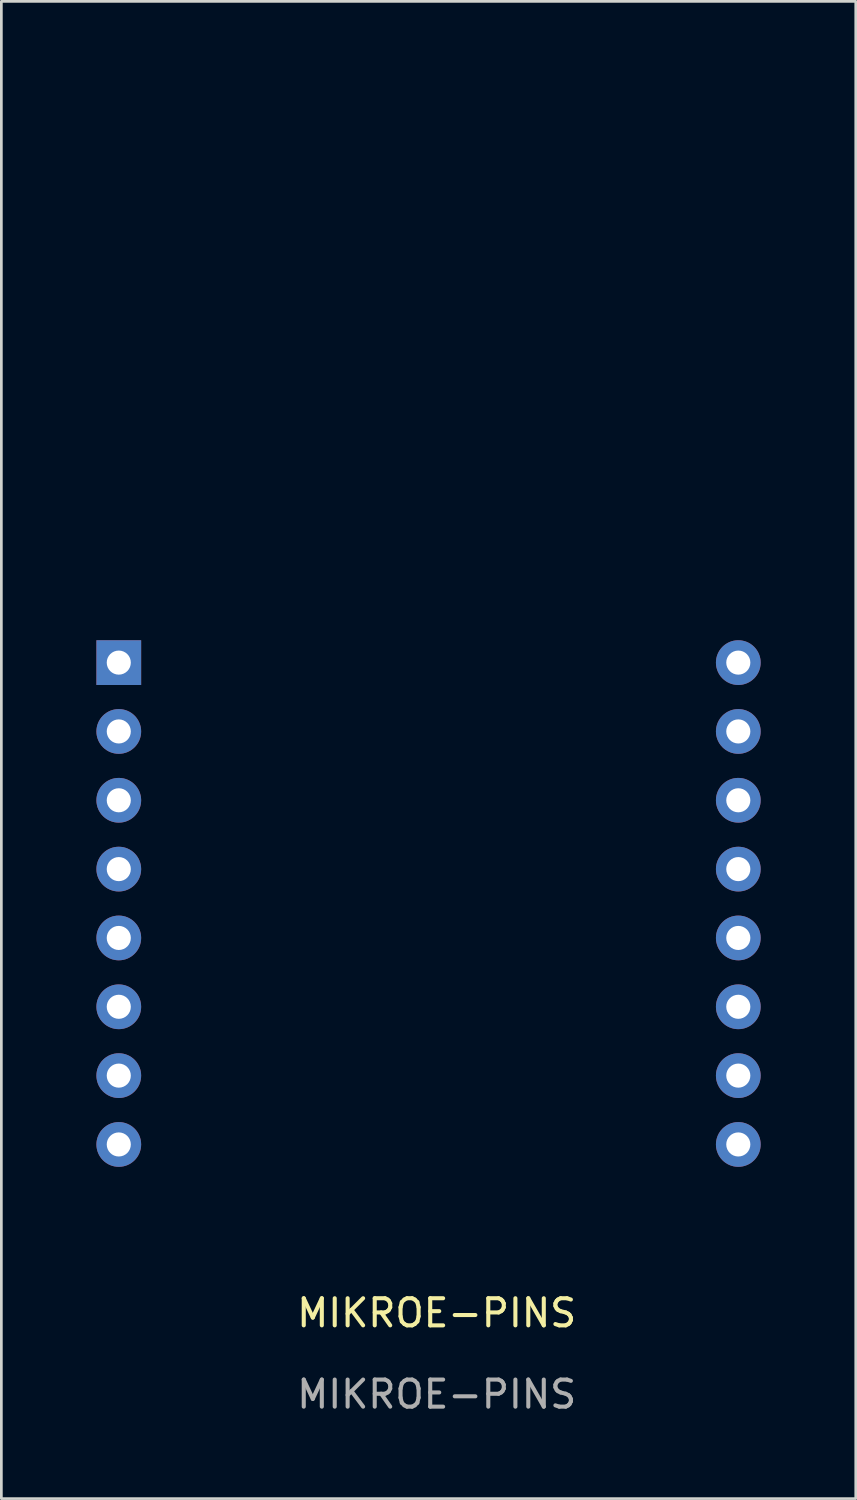
<source format=kicad_pcb>
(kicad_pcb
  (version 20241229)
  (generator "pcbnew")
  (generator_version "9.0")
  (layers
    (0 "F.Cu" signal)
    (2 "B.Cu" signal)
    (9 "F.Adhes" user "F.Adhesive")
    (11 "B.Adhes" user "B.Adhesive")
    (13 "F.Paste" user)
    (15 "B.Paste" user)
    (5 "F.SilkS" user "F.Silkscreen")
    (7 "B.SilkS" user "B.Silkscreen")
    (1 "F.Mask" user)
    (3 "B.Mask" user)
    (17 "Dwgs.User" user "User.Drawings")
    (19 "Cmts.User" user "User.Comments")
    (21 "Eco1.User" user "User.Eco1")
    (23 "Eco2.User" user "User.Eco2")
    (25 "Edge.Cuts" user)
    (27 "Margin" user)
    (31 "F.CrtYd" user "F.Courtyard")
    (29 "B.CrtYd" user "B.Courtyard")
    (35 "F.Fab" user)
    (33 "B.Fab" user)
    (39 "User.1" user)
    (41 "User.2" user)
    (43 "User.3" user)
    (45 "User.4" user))
  (footprint "MIKROE-PINS"
    (layer "F.Cu")
    (at 13.063 45.9)
    (property "Reference" "MIKROE-PINS" (at 0 -0.5 0) (unlocked yes) (layer "F.SilkS") (effects (font (size 1 1) (thickness 0.15))))
    (attr through_hole)
    (fp_line (start -13 -2.91) (end -13 -43.55) (stroke (width 0.127) (type solid)) (layer "User.1"))
    (fp_line (start -13 -2.91) (end 9.86 -2.91) (stroke (width 0.127) (type solid)) (layer "User.1"))
    (fp_line (start -10.714 -45.836) (end 10.114 -45.836) (stroke (width 0.127) (type solid)) (layer "User.1"))
    (fp_line (start 12.4 -5.45) (end 9.86 -2.91) (stroke (width 0.127) (type solid)) (layer "User.1"))
    (fp_line (start 12.4 -5.45) (end 12.4 -43.55) (stroke (width 0.127) (type solid)) (layer "User.1"))
    (fp_arc (start -13 -43.55) (mid -12.330446 -45.166446) (end -10.714 -45.836) (stroke (width 0.127) (type solid)) (layer "User.1"))
    (fp_arc (start 10.114 -45.836) (mid 11.730446 -45.166446) (end 12.4 -43.55) (stroke (width 0.127) (type solid)) (layer "User.1"))
    (fp_text user "${REFERENCE}" (at 0 2.5 0) (unlocked yes) (layer "F.Fab") (effects (font (size 1 1) (thickness 0.15))))
    (pad "1" thru_hole rect (at -11.73 -24.5) (size 1.651 1.651) (drill 0.889) (layers "*.Cu" "*.Mask"))
    (pad "2" thru_hole circle (at -11.73 -21.96) (size 1.651 1.651) (drill 0.889) (layers "*.Cu" "*.Mask"))
    (pad "3" thru_hole circle (at -11.73 -19.42) (size 1.651 1.651) (drill 0.889) (layers "*.Cu" "*.Mask"))
    (pad "4" thru_hole circle (at -11.73 -16.88) (size 1.651 1.651) (drill 0.889) (layers "*.Cu" "*.Mask"))
    (pad "5" thru_hole circle (at -11.73 -14.34) (size 1.651 1.651) (drill 0.889) (layers "*.Cu" "*.Mask"))
    (pad "6" thru_hole circle (at -11.73 -11.8) (size 1.651 1.651) (drill 0.889) (layers "*.Cu" "*.Mask"))
    (pad "7" thru_hole circle (at -11.73 -9.26) (size 1.651 1.651) (drill 0.889) (layers "*.Cu" "*.Mask"))
    (pad "8" thru_hole circle (at -11.73 -6.72) (size 1.651 1.651) (drill 0.889) (layers "*.Cu" "*.Mask"))
    (pad "9" thru_hole circle (at 11.13 -6.72) (size 1.651 1.651) (drill 0.889) (layers "*.Cu" "*.Mask"))
    (pad "10" thru_hole circle (at 11.13 -9.26) (size 1.651 1.651) (drill 0.889) (layers "*.Cu" "*.Mask"))
    (pad "11" thru_hole circle (at 11.13 -11.8) (size 1.651 1.651) (drill 0.889) (layers "*.Cu" "*.Mask"))
    (pad "12" thru_hole circle (at 11.13 -14.34) (size 1.651 1.651) (drill 0.889) (layers "*.Cu" "*.Mask"))
    (pad "13" thru_hole circle (at 11.13 -16.88) (size 1.651 1.651) (drill 0.889) (layers "*.Cu" "*.Mask"))
    (pad "14" thru_hole circle (at 11.13 -19.42) (size 1.651 1.651) (drill 0.889) (layers "*.Cu" "*.Mask"))
    (pad "15" thru_hole circle (at 11.13 -21.96) (size 1.651 1.651) (drill 0.889) (layers "*.Cu" "*.Mask"))
    (pad "16" thru_hole circle (at 11.13 -24.5) (size 1.651 1.651) (drill 0.889) (layers "*.Cu" "*.Mask")))
  (gr_rect
    (start -3 -3)
    (end 28.527 52.248)
    (stroke (width 0.1) (type default))
    (fill no)
    (layer "Edge.Cuts")))
</source>
